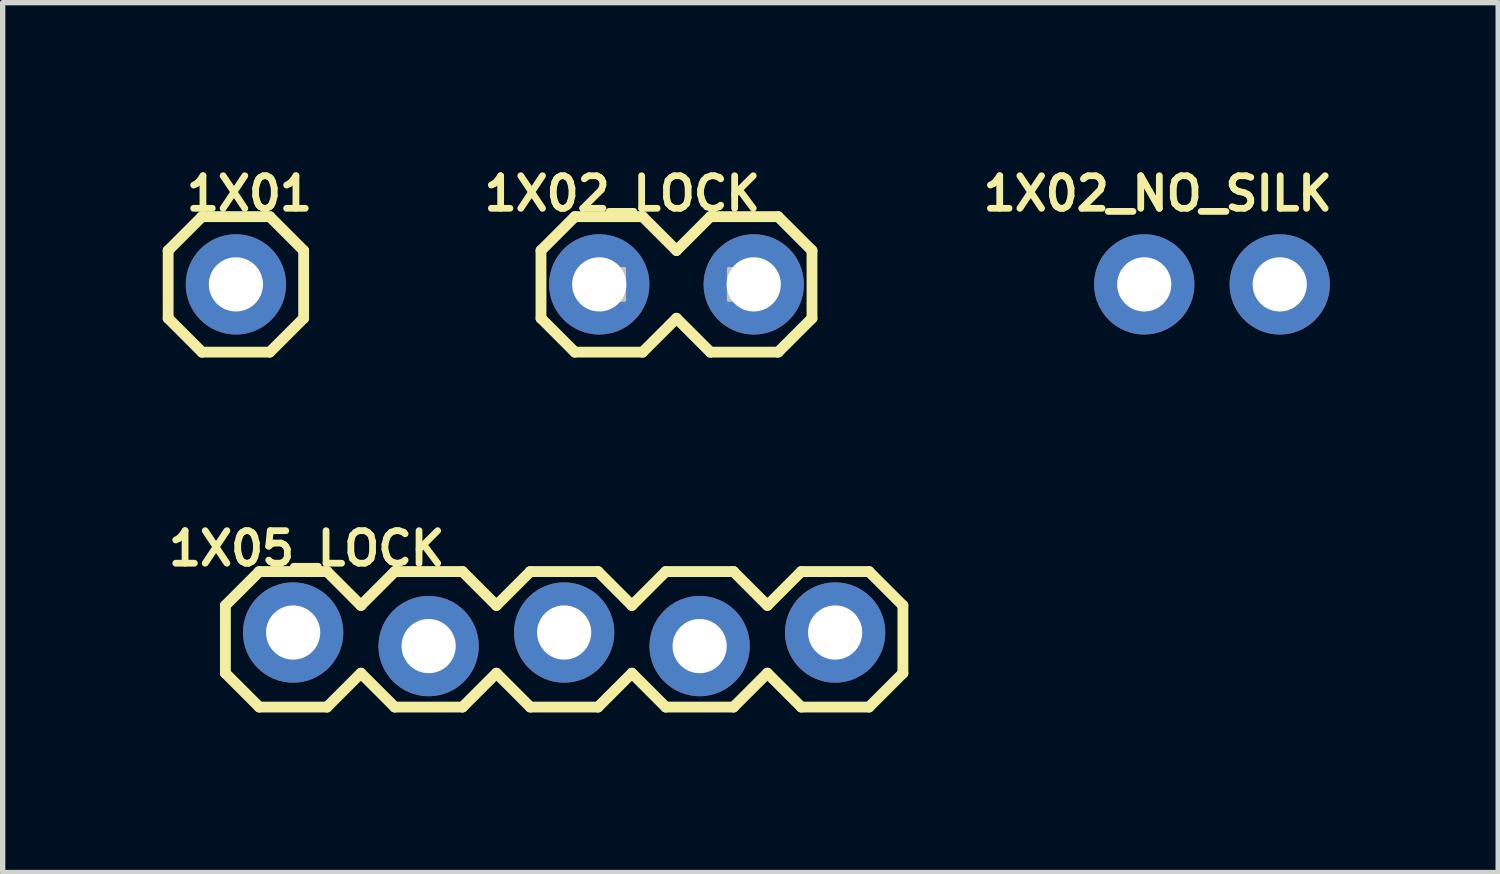
<source format=kicad_pcb>
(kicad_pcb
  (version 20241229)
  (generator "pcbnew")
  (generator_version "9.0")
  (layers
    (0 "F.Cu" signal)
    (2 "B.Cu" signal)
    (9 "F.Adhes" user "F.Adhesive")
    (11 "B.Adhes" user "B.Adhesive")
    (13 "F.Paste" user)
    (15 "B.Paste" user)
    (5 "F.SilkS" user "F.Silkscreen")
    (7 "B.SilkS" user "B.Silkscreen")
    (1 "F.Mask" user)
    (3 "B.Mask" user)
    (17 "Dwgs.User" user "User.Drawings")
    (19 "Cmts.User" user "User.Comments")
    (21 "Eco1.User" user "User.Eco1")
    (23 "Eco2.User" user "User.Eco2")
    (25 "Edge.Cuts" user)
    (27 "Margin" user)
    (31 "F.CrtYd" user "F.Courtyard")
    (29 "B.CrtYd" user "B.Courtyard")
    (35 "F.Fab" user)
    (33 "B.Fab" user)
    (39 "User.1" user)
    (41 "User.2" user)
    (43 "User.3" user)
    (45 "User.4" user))
  (footprint "1X01"
    (layer "F.Cu")
    (at 1.372 2.281)
    (property "Reference" "1X01" (at 0.254 -1.702 0) (layer "F.SilkS") (effects (font (size 0.61 0.61) (thickness 0.127))))
    (attr exclude_from_pos_files exclude_from_bom)
    (fp_line (start -1.27 -0.635) (end -1.27 0.635) (stroke (width 0.203) (type solid)) (layer "F.SilkS"))
    (fp_line (start -1.27 0.635) (end -0.635 1.27) (stroke (width 0.203) (type solid)) (layer "F.SilkS"))
    (fp_line (start -0.635 -1.27) (end -1.27 -0.635) (stroke (width 0.203) (type solid)) (layer "F.SilkS"))
    (fp_line (start -0.635 1.27) (end 0.635 1.27) (stroke (width 0.203) (type solid)) (layer "F.SilkS"))
    (fp_line (start 0.635 -1.27) (end -0.635 -1.27) (stroke (width 0.203) (type solid)) (layer "F.SilkS"))
    (fp_line (start 0.635 1.27) (end 1.27 0.635) (stroke (width 0.203) (type solid)) (layer "F.SilkS"))
    (fp_line (start 1.27 -0.635) (end 0.635 -1.27) (stroke (width 0.203) (type solid)) (layer "F.SilkS"))
    (fp_line (start 1.27 0.635) (end 1.27 -0.635) (stroke (width 0.203) (type solid)) (layer "F.SilkS"))
    (fp_line (start -0.254 -0.254) (end 0.254 -0.254) (stroke (width 0.066) (type solid)) (layer "Dwgs.User"))
    (fp_line (start -0.254 0.254) (end -0.254 -0.254) (stroke (width 0.066) (type solid)) (layer "Dwgs.User"))
    (fp_line (start -0.254 0.254) (end 0.254 0.254) (stroke (width 0.066) (type solid)) (layer "Dwgs.User"))
    (fp_line (start 0.254 0.254) (end 0.254 -0.254) (stroke (width 0.066) (type solid)) (layer "Dwgs.User"))
    (pad "1" thru_hole circle (at 0 0) (size 1.88 1.88) (drill 1.016) (layers "*.Cu" "*.Paste" "*.Mask")))
  (footprint "1X02_NO_SILK"
    (layer "F.Cu")
    (at 18.399 2.281)
    (property "Reference" "1X02_NO_SILK" (at 0.254 -1.702 0) (layer "F.SilkS") (effects (font (size 0.61 0.61) (thickness 0.127))))
    (attr exclude_from_pos_files exclude_from_bom)
    (fp_line (start -0.254 -0.254) (end 0.254 -0.254) (stroke (width 0.066) (type solid)) (layer "Dwgs.User"))
    (fp_line (start -0.254 0.254) (end -0.254 -0.254) (stroke (width 0.066) (type solid)) (layer "Dwgs.User"))
    (fp_line (start -0.254 0.254) (end 0.254 0.254) (stroke (width 0.066) (type solid)) (layer "Dwgs.User"))
    (fp_line (start 0.254 0.254) (end 0.254 -0.254) (stroke (width 0.066) (type solid)) (layer "Dwgs.User"))
    (fp_line (start 2.286 -0.254) (end 2.794 -0.254) (stroke (width 0.066) (type solid)) (layer "Dwgs.User"))
    (fp_line (start 2.286 0.254) (end 2.286 -0.254) (stroke (width 0.066) (type solid)) (layer "Dwgs.User"))
    (fp_line (start 2.286 0.254) (end 2.794 0.254) (stroke (width 0.066) (type solid)) (layer "Dwgs.User"))
    (fp_line (start 2.794 0.254) (end 2.794 -0.254) (stroke (width 0.066) (type solid)) (layer "Dwgs.User"))
    (pad "1" thru_hole circle (at 0 0) (size 1.88 1.88) (drill 1.016) (layers "*.Cu" "*.Paste" "*.Mask"))
    (pad "2" thru_hole circle (at 2.54 0) (size 1.88 1.88) (drill 1.016) (layers "*.Cu" "*.Paste" "*.Mask")))
  (footprint "1X05_LOCK"
    (layer "F.Cu")
    (at 2.445 8.934)
    (property "Reference" "1X05_LOCK" (at 0.254 -1.702 0) (layer "F.SilkS") (effects (font (size 0.61 0.61) (thickness 0.127))))
    (attr exclude_from_pos_files exclude_from_bom)
    (fp_line (start -1.27 -0.635) (end -1.27 0.635) (stroke (width 0.203) (type solid)) (layer "F.SilkS"))
    (fp_line (start -1.27 0.635) (end -0.635 1.27) (stroke (width 0.203) (type solid)) (layer "F.SilkS"))
    (fp_line (start -0.635 -1.27) (end -1.27 -0.635) (stroke (width 0.203) (type solid)) (layer "F.SilkS"))
    (fp_line (start -0.635 -1.27) (end 0.635 -1.27) (stroke (width 0.203) (type solid)) (layer "F.SilkS"))
    (fp_line (start 0.635 -1.27) (end 1.27 -0.635) (stroke (width 0.203) (type solid)) (layer "F.SilkS"))
    (fp_line (start 0.635 1.27) (end -0.635 1.27) (stroke (width 0.203) (type solid)) (layer "F.SilkS"))
    (fp_line (start 1.27 -0.635) (end 1.905 -1.27) (stroke (width 0.203) (type solid)) (layer "F.SilkS"))
    (fp_line (start 1.27 0.635) (end 0.635 1.27) (stroke (width 0.203) (type solid)) (layer "F.SilkS"))
    (fp_line (start 1.905 -1.27) (end 3.175 -1.27) (stroke (width 0.203) (type solid)) (layer "F.SilkS"))
    (fp_line (start 1.905 1.27) (end 1.27 0.635) (stroke (width 0.203) (type solid)) (layer "F.SilkS"))
    (fp_line (start 3.175 -1.27) (end 3.81 -0.635) (stroke (width 0.203) (type solid)) (layer "F.SilkS"))
    (fp_line (start 3.175 1.27) (end 1.905 1.27) (stroke (width 0.203) (type solid)) (layer "F.SilkS"))
    (fp_line (start 3.81 -0.635) (end 4.445 -1.27) (stroke (width 0.203) (type solid)) (layer "F.SilkS"))
    (fp_line (start 3.81 0.635) (end 3.175 1.27) (stroke (width 0.203) (type solid)) (layer "F.SilkS"))
    (fp_line (start 4.445 -1.27) (end 5.715 -1.27) (stroke (width 0.203) (type solid)) (layer "F.SilkS"))
    (fp_line (start 4.445 1.27) (end 3.81 0.635) (stroke (width 0.203) (type solid)) (layer "F.SilkS"))
    (fp_line (start 5.715 -1.27) (end 6.35 -0.635) (stroke (width 0.203) (type solid)) (layer "F.SilkS"))
    (fp_line (start 5.715 1.27) (end 4.445 1.27) (stroke (width 0.203) (type solid)) (layer "F.SilkS"))
    (fp_line (start 6.35 0.635) (end 5.715 1.27) (stroke (width 0.203) (type solid)) (layer "F.SilkS"))
    (fp_line (start 6.35 0.635) (end 6.985 1.27) (stroke (width 0.203) (type solid)) (layer "F.SilkS"))
    (fp_line (start 6.985 -1.27) (end 6.35 -0.635) (stroke (width 0.203) (type solid)) (layer "F.SilkS"))
    (fp_line (start 6.985 -1.27) (end 8.255 -1.27) (stroke (width 0.203) (type solid)) (layer "F.SilkS"))
    (fp_line (start 8.255 -1.27) (end 8.89 -0.635) (stroke (width 0.203) (type solid)) (layer "F.SilkS"))
    (fp_line (start 8.255 1.27) (end 6.985 1.27) (stroke (width 0.203) (type solid)) (layer "F.SilkS"))
    (fp_line (start 8.89 -0.635) (end 9.525 -1.27) (stroke (width 0.203) (type solid)) (layer "F.SilkS"))
    (fp_line (start 8.89 0.635) (end 8.255 1.27) (stroke (width 0.203) (type solid)) (layer "F.SilkS"))
    (fp_line (start 9.525 -1.27) (end 10.795 -1.27) (stroke (width 0.203) (type solid)) (layer "F.SilkS"))
    (fp_line (start 9.525 1.27) (end 8.89 0.635) (stroke (width 0.203) (type solid)) (layer "F.SilkS"))
    (fp_line (start 10.795 -1.27) (end 11.43 -0.635) (stroke (width 0.203) (type solid)) (layer "F.SilkS"))
    (fp_line (start 10.795 1.27) (end 9.525 1.27) (stroke (width 0.203) (type solid)) (layer "F.SilkS"))
    (fp_line (start 11.43 -0.635) (end 11.43 0.635) (stroke (width 0.203) (type solid)) (layer "F.SilkS"))
    (fp_line (start 11.43 0.635) (end 10.795 1.27) (stroke (width 0.203) (type solid)) (layer "F.SilkS"))
    (fp_line (start -0.254 -0.254) (end 0.254 -0.254) (stroke (width 0.066) (type solid)) (layer "Dwgs.User"))
    (fp_line (start -0.254 0.254) (end -0.254 -0.254) (stroke (width 0.066) (type solid)) (layer "Dwgs.User"))
    (fp_line (start -0.254 0.254) (end 0.254 0.254) (stroke (width 0.066) (type solid)) (layer "Dwgs.User"))
    (fp_line (start 0.254 0.254) (end 0.254 -0.254) (stroke (width 0.066) (type solid)) (layer "Dwgs.User"))
    (fp_line (start 2.286 -0.254) (end 2.794 -0.254) (stroke (width 0.066) (type solid)) (layer "Dwgs.User"))
    (fp_line (start 2.286 0.254) (end 2.286 -0.254) (stroke (width 0.066) (type solid)) (layer "Dwgs.User"))
    (fp_line (start 2.286 0.254) (end 2.794 0.254) (stroke (width 0.066) (type solid)) (layer "Dwgs.User"))
    (fp_line (start 2.794 0.254) (end 2.794 -0.254) (stroke (width 0.066) (type solid)) (layer "Dwgs.User"))
    (fp_line (start 4.826 -0.254) (end 5.334 -0.254) (stroke (width 0.066) (type solid)) (layer "Dwgs.User"))
    (fp_line (start 4.826 0.254) (end 4.826 -0.254) (stroke (width 0.066) (type solid)) (layer "Dwgs.User"))
    (fp_line (start 4.826 0.254) (end 5.334 0.254) (stroke (width 0.066) (type solid)) (layer "Dwgs.User"))
    (fp_line (start 5.334 0.254) (end 5.334 -0.254) (stroke (width 0.066) (type solid)) (layer "Dwgs.User"))
    (fp_line (start 7.366 -0.254) (end 7.874 -0.254) (stroke (width 0.066) (type solid)) (layer "Dwgs.User"))
    (fp_line (start 7.366 0.254) (end 7.366 -0.254) (stroke (width 0.066) (type solid)) (layer "Dwgs.User"))
    (fp_line (start 7.366 0.254) (end 7.874 0.254) (stroke (width 0.066) (type solid)) (layer "Dwgs.User"))
    (fp_line (start 7.874 0.254) (end 7.874 -0.254) (stroke (width 0.066) (type solid)) (layer "Dwgs.User"))
    (fp_line (start 9.906 -0.254) (end 10.414 -0.254) (stroke (width 0.066) (type solid)) (layer "Dwgs.User"))
    (fp_line (start 9.906 0.254) (end 9.906 -0.254) (stroke (width 0.066) (type solid)) (layer "Dwgs.User"))
    (fp_line (start 9.906 0.254) (end 10.414 0.254) (stroke (width 0.066) (type solid)) (layer "Dwgs.User"))
    (fp_line (start 10.414 0.254) (end 10.414 -0.254) (stroke (width 0.066) (type solid)) (layer "Dwgs.User"))
    (pad "1" thru_hole circle (at 0 -0.127) (size 1.88 1.88) (drill 1.016) (layers "*.Cu" "*.Paste" "*.Mask"))
    (pad "2" thru_hole circle (at 2.54 0.127) (size 1.88 1.88) (drill 1.016) (layers "*.Cu" "*.Paste" "*.Mask"))
    (pad "3" thru_hole circle (at 5.08 -0.127) (size 1.88 1.88) (drill 1.016) (layers "*.Cu" "*.Paste" "*.Mask"))
    (pad "4" thru_hole circle (at 7.62 0.127) (size 1.88 1.88) (drill 1.016) (layers "*.Cu" "*.Paste" "*.Mask"))
    (pad "5" thru_hole circle (at 10.16 -0.127) (size 1.88 1.88) (drill 1.016) (layers "*.Cu" "*.Paste" "*.Mask")))
  (footprint "1X02_LOCK"
    (layer "F.Cu")
    (at 8.361 2.281)
    (property "Reference" "1X02_LOCK" (at 0.254 -1.702 0) (layer "F.SilkS") (effects (font (size 0.61 0.61) (thickness 0.127))))
    (attr exclude_from_pos_files exclude_from_bom)
    (fp_line (start -1.27 -0.635) (end -1.27 0.635) (stroke (width 0.203) (type solid)) (layer "F.SilkS"))
    (fp_line (start -1.27 0.635) (end -0.635 1.27) (stroke (width 0.203) (type solid)) (layer "F.SilkS"))
    (fp_line (start -0.635 -1.27) (end -1.27 -0.635) (stroke (width 0.203) (type solid)) (layer "F.SilkS"))
    (fp_line (start -0.635 -1.27) (end 0.635 -1.27) (stroke (width 0.203) (type solid)) (layer "F.SilkS"))
    (fp_line (start 0.635 -1.27) (end 1.27 -0.635) (stroke (width 0.203) (type solid)) (layer "F.SilkS"))
    (fp_line (start 0.635 1.27) (end -0.635 1.27) (stroke (width 0.203) (type solid)) (layer "F.SilkS"))
    (fp_line (start 1.27 -0.635) (end 1.905 -1.27) (stroke (width 0.203) (type solid)) (layer "F.SilkS"))
    (fp_line (start 1.27 0.635) (end 0.635 1.27) (stroke (width 0.203) (type solid)) (layer "F.SilkS"))
    (fp_line (start 1.905 -1.27) (end 3.175 -1.27) (stroke (width 0.203) (type solid)) (layer "F.SilkS"))
    (fp_line (start 1.905 1.27) (end 1.27 0.635) (stroke (width 0.203) (type solid)) (layer "F.SilkS"))
    (fp_line (start 3.175 -1.27) (end 3.81 -0.635) (stroke (width 0.203) (type solid)) (layer "F.SilkS"))
    (fp_line (start 3.175 1.27) (end 1.905 1.27) (stroke (width 0.203) (type solid)) (layer "F.SilkS"))
    (fp_line (start 3.81 -0.635) (end 3.81 0.635) (stroke (width 0.203) (type solid)) (layer "F.SilkS"))
    (fp_line (start 3.81 0.635) (end 3.175 1.27) (stroke (width 0.203) (type solid)) (layer "F.SilkS"))
    (fp_line (start -0.292 -0.292) (end 0.292 -0.292) (stroke (width 0.066) (type solid)) (layer "Dwgs.User"))
    (fp_line (start -0.292 0.292) (end -0.292 -0.292) (stroke (width 0.066) (type solid)) (layer "Dwgs.User"))
    (fp_line (start -0.292 0.292) (end 0.292 0.292) (stroke (width 0.066) (type solid)) (layer "Dwgs.User"))
    (fp_line (start 0.292 0.292) (end 0.292 -0.292) (stroke (width 0.066) (type solid)) (layer "Dwgs.User"))
    (fp_line (start 2.248 -0.292) (end 2.832 -0.292) (stroke (width 0.066) (type solid)) (layer "Dwgs.User"))
    (fp_line (start 2.248 0.292) (end 2.248 -0.292) (stroke (width 0.066) (type solid)) (layer "Dwgs.User"))
    (fp_line (start 2.248 0.292) (end 2.832 0.292) (stroke (width 0.066) (type solid)) (layer "Dwgs.User"))
    (fp_line (start 2.832 0.292) (end 2.832 -0.292) (stroke (width 0.066) (type solid)) (layer "Dwgs.User"))
    (pad "1" thru_hole circle (at -0.178 0) (size 1.88 1.88) (drill 1.016) (layers "*.Cu" "*.Paste" "*.Mask"))
    (pad "2" thru_hole circle (at 2.718 0) (size 1.88 1.88) (drill 1.016) (layers "*.Cu" "*.Paste" "*.Mask")))
  (gr_rect
    (start -3 -3)
    (end 25.034 13.306)
    (stroke (width 0.1) (type default))
    (fill no)
    (layer "Edge.Cuts")))
</source>
